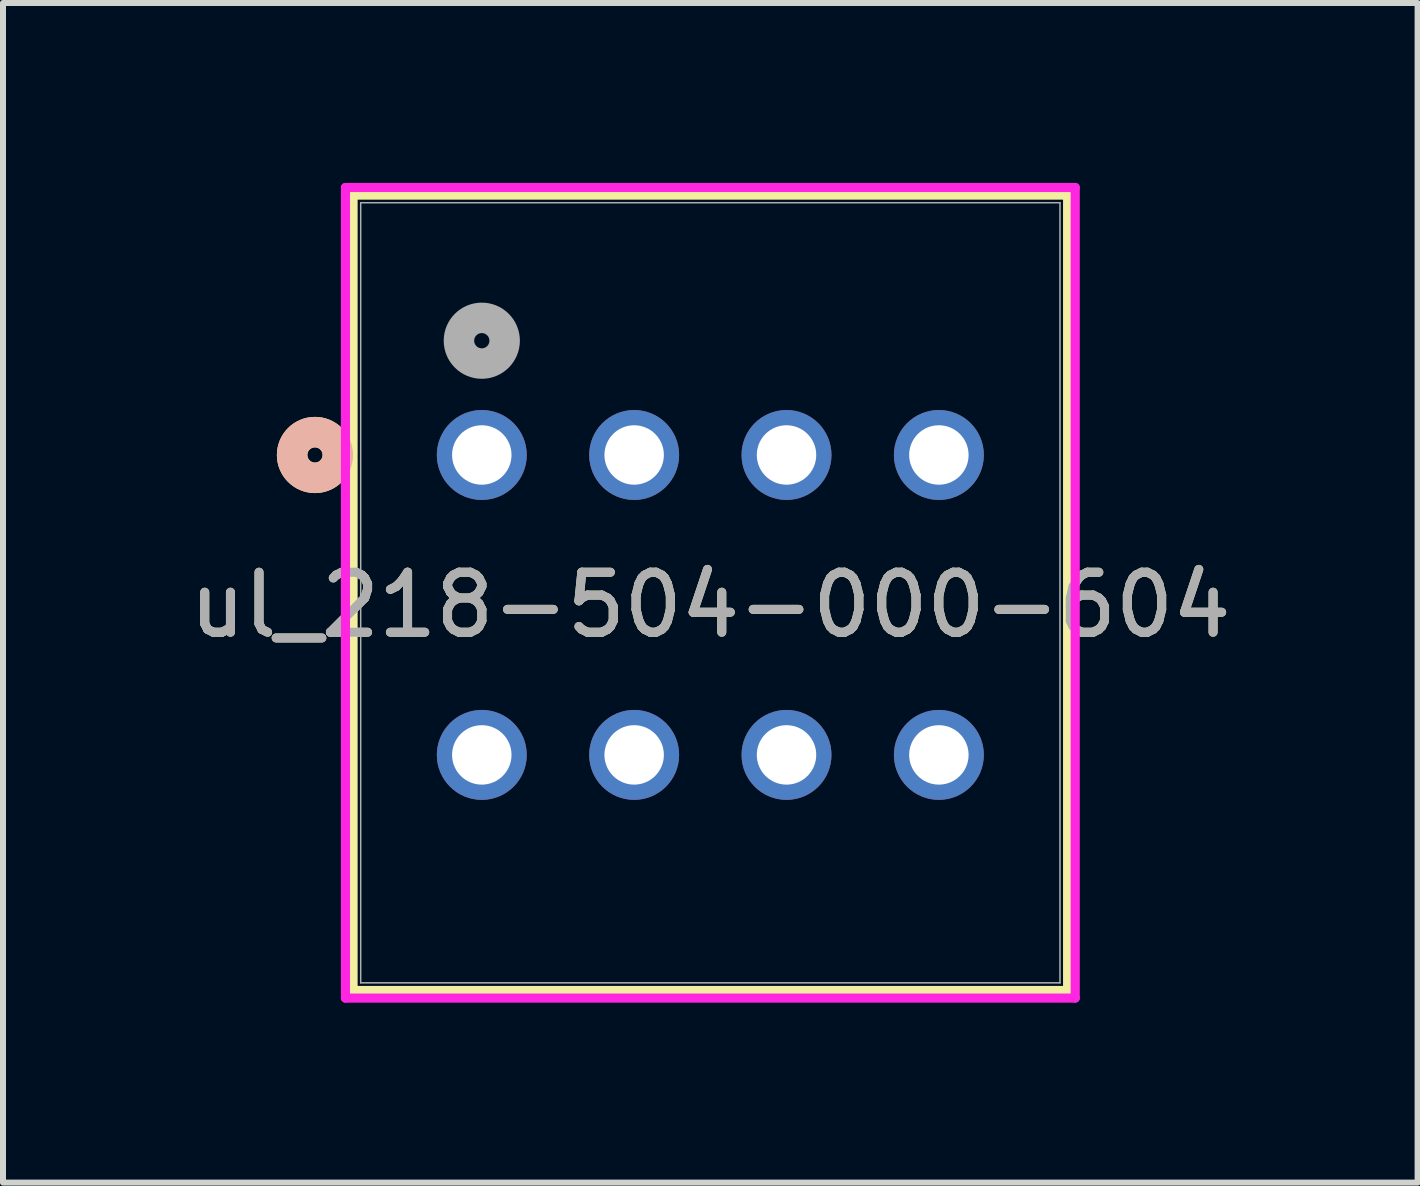
<source format=kicad_pcb>
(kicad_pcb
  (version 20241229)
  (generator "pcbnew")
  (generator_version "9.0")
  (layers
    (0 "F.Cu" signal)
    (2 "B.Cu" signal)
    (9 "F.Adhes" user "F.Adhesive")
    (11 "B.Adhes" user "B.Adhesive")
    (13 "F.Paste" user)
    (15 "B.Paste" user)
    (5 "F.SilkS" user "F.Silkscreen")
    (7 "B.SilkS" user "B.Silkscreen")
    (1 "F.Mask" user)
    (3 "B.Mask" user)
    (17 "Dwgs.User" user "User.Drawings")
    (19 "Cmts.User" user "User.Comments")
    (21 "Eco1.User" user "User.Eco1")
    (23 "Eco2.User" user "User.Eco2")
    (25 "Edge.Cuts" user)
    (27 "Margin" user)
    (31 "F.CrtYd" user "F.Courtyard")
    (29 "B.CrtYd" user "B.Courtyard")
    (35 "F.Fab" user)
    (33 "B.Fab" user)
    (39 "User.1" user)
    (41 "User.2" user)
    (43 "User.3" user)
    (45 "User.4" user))
  (footprint "ul_218-504-000-604"
    (layer "F.Cu")
    (at 4.982 4.535)
    (property "Reference" "ul_218-504-000-604" (at 3.81 2.5 0) (unlocked yes) (layer "F.SilkS") (effects (font (size 1 1) (thickness 0.15))))
    (attr through_hole)
    (fp_line (start -2.146 -4.332) (end -2.146 8.927) (stroke (width 0.152) (type solid)) (layer "F.SilkS"))
    (fp_line (start -2.146 8.927) (end 9.766 8.927) (stroke (width 0.152) (type solid)) (layer "F.SilkS"))
    (fp_line (start 9.766 -4.332) (end -2.146 -4.332) (stroke (width 0.152) (type solid)) (layer "F.SilkS"))
    (fp_line (start 9.766 8.927) (end 9.766 -4.332) (stroke (width 0.152) (type solid)) (layer "F.SilkS"))
    (fp_circle (center -2.781 0) (end -2.4 0) (stroke (width 0.508) (type solid)) (fill no) (layer "F.SilkS"))
    (fp_circle (center -2.781 0) (end -2.4 0) (stroke (width 0.508) (type solid)) (fill no) (layer "B.SilkS"))
    (fp_line (start -2.273 -4.459) (end -2.273 9.054) (stroke (width 0.152) (type solid)) (layer "F.CrtYd"))
    (fp_line (start -2.273 9.054) (end 9.893 9.054) (stroke (width 0.152) (type solid)) (layer "F.CrtYd"))
    (fp_line (start 9.893 -4.459) (end -2.273 -4.459) (stroke (width 0.152) (type solid)) (layer "F.CrtYd"))
    (fp_line (start 9.893 9.054) (end 9.893 -4.459) (stroke (width 0.152) (type solid)) (layer "F.CrtYd"))
    (fp_line (start -2.019 -4.205) (end -2.019 8.8) (stroke (width 0.025) (type solid)) (layer "F.Fab"))
    (fp_line (start -2.019 8.8) (end 9.639 8.8) (stroke (width 0.025) (type solid)) (layer "F.Fab"))
    (fp_line (start 9.639 -4.205) (end -2.019 -4.205) (stroke (width 0.025) (type solid)) (layer "F.Fab"))
    (fp_line (start 9.639 8.8) (end 9.639 -4.205) (stroke (width 0.025) (type solid)) (layer "F.Fab"))
    (fp_circle (center 0 -1.905) (end 0.381 -1.905) (stroke (width 0.508) (type solid)) (fill no) (layer "F.Fab"))
    (fp_text user "${REFERENCE}" (at 3.81 2.5 0) (unlocked yes) (layer "F.Fab") (effects (font (size 1 1) (thickness 0.15))))
    (pad "1" thru_hole circle (at 0 0) (size 1.499 1.499) (drill 0.991) (layers "*.Cu" "*.Mask"))
    (pad "2" thru_hole circle (at 0 5) (size 1.499 1.499) (drill 0.991) (layers "*.Cu" "*.Mask"))
    (pad "3" thru_hole circle (at 2.54 0) (size 1.499 1.499) (drill 0.991) (layers "*.Cu" "*.Mask"))
    (pad "4" thru_hole circle (at 2.54 5) (size 1.499 1.499) (drill 0.991) (layers "*.Cu" "*.Mask"))
    (pad "5" thru_hole circle (at 5.08 0) (size 1.499 1.499) (drill 0.991) (layers "*.Cu" "*.Mask"))
    (pad "6" thru_hole circle (at 5.08 5) (size 1.499 1.499) (drill 0.991) (layers "*.Cu" "*.Mask"))
    (pad "7" thru_hole circle (at 7.62 0) (size 1.499 1.499) (drill 0.991) (layers "*.Cu" "*.Mask"))
    (pad "8" thru_hole circle (at 7.62 5) (size 1.499 1.499) (drill 0.991) (layers "*.Cu" "*.Mask")))
  (gr_rect
    (start -3 -3)
    (end 20.583 16.665)
    (stroke (width 0.1) (type default))
    (fill no)
    (layer "Edge.Cuts")))
</source>
